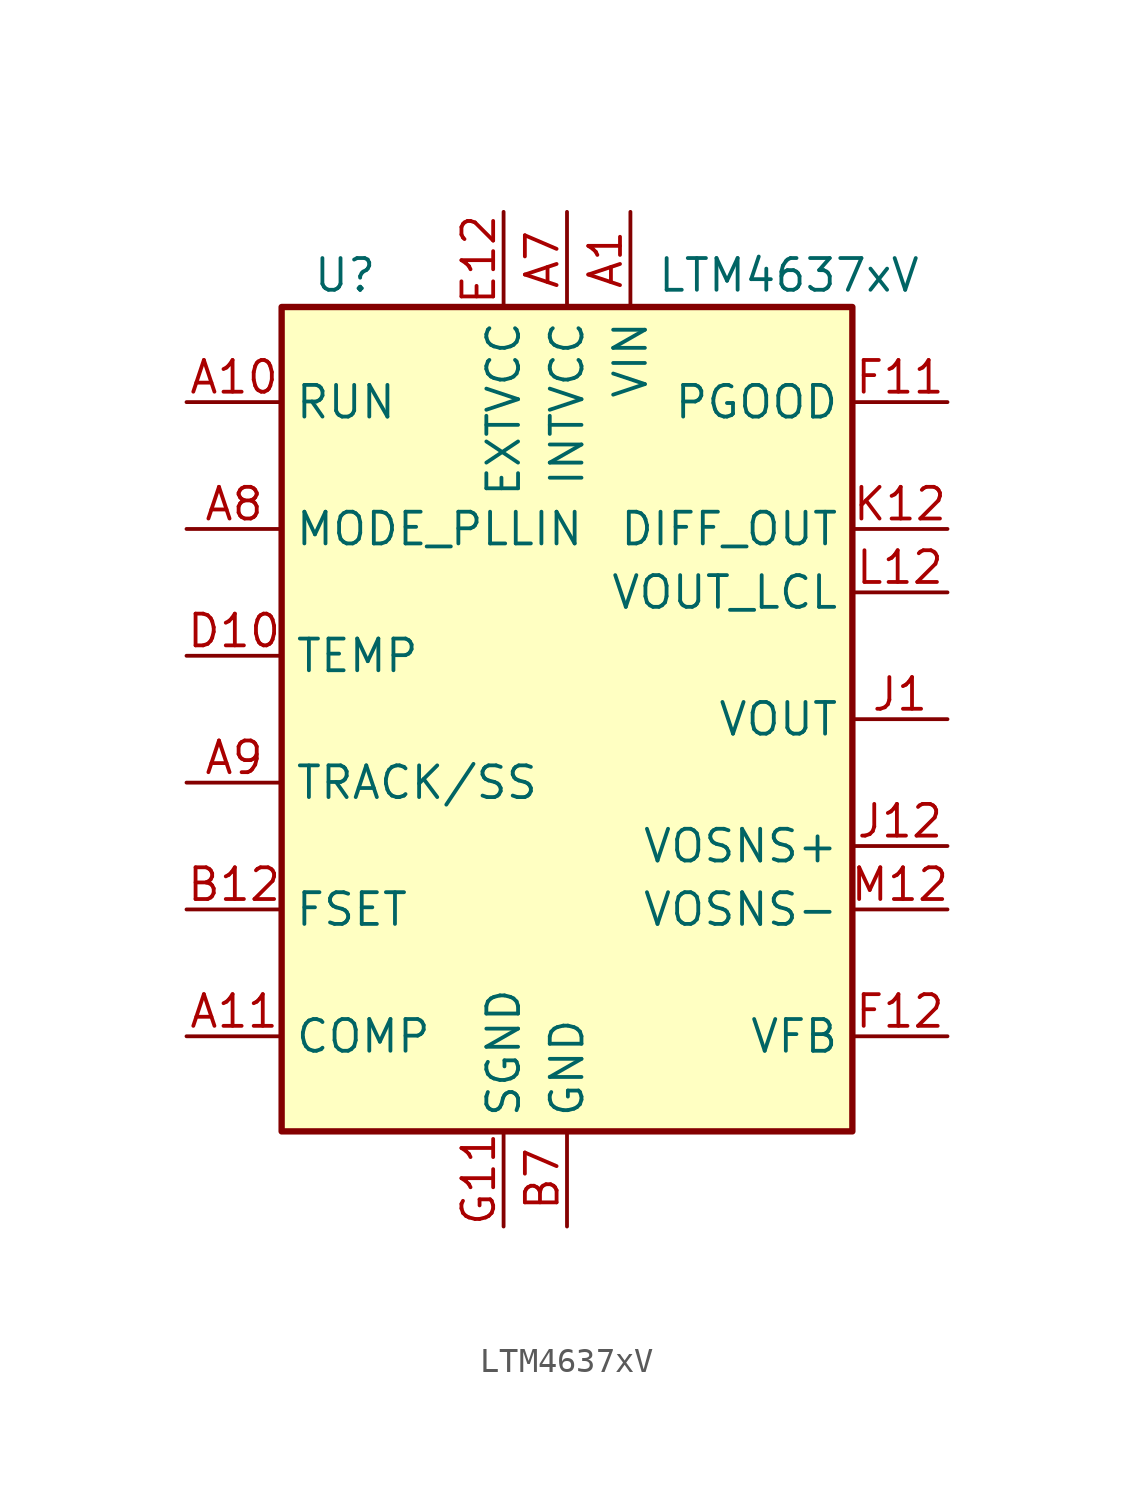
<source format=kicad_sym>
(kicad_symbol_lib
  (version 20201005)
  (generator kicad_symbol_editor)
  (symbol "LTM4637xV"
    (property "Reference" "U"
      (at -8.89 17.78 0)
      (effects (font (size 1.27 1.27))))
    (property "Value" "LTM4637xV"
      (at 8.89 17.78 0)
      (effects (font (size 1.27 1.27))))
    (symbol "LTM4637xV_0_1"
      (rectangle (start 11.43 16.51) (end -11.43 -16.51) (stroke (width 0.254)) (fill (type background))))
    (symbol "LTM4637xV_1_1"
      (pin power_in line (at 2.54 20.32 270) (length 3.81) (name "VIN" (effects (font (size 1.27 1.27)))) (number "A1" (effects (font (size 1.27 1.27)))))
      (pin input line (at -15.24 12.7 0) (length 3.81) (name "RUN" (effects (font (size 1.27 1.27)))) (number "A10" (effects (font (size 1.27 1.27)))))
      (pin passive line (at -15.24 -12.7 0) (length 3.81) (name "COMP" (effects (font (size 1.27 1.27)))) (number "A11" (effects (font (size 1.27 1.27)))))
      (pin no_connect line (at -10.16 -15.24 90) (length 2.54) hide (name "MTP1" (effects (font (size 1.27 1.27)))) (number "A12" (effects (font (size 1.27 1.27)))))
      (pin passive line (at 2.54 20.32 270) (length 3.81) hide (name "VIN" (effects (font (size 1.27 1.27)))) (number "A2" (effects (font (size 1.27 1.27)))))
      (pin passive line (at 2.54 20.32 270) (length 3.81) hide (name "VIN" (effects (font (size 1.27 1.27)))) (number "A3" (effects (font (size 1.27 1.27)))))
      (pin passive line (at 2.54 20.32 270) (length 3.81) hide (name "VIN" (effects (font (size 1.27 1.27)))) (number "A4" (effects (font (size 1.27 1.27)))))
      (pin passive line (at 2.54 20.32 270) (length 3.81) hide (name "VIN" (effects (font (size 1.27 1.27)))) (number "A5" (effects (font (size 1.27 1.27)))))
      (pin passive line (at 2.54 20.32 270) (length 3.81) hide (name "VIN" (effects (font (size 1.27 1.27)))) (number "A6" (effects (font (size 1.27 1.27)))))
      (pin power_out line (at 0 20.32 270) (length 3.81) (name "INTVCC" (effects (font (size 1.27 1.27)))) (number "A7" (effects (font (size 1.27 1.27)))))
      (pin input line (at -15.24 7.62 0) (length 3.81) (name "MODE_PLLIN" (effects (font (size 1.27 1.27)))) (number "A8" (effects (font (size 1.27 1.27)))))
      (pin passive line (at -15.24 -2.54 0) (length 3.81) (name "TRACK/SS" (effects (font (size 1.27 1.27)))) (number "A9" (effects (font (size 1.27 1.27)))))
      (pin passive line (at 2.54 20.32 270) (length 3.81) hide (name "VIN" (effects (font (size 1.27 1.27)))) (number "B1" (effects (font (size 1.27 1.27)))))
      (pin no_connect line (at -7.62 -15.24 90) (length 2.54) hide (name "MTP2" (effects (font (size 1.27 1.27)))) (number "B11" (effects (font (size 1.27 1.27)))))
      (pin passive line (at -15.24 -7.62 0) (length 3.81) (name "FSET" (effects (font (size 1.27 1.27)))) (number "B12" (effects (font (size 1.27 1.27)))))
      (pin passive line (at 2.54 20.32 270) (length 3.81) hide (name "VIN" (effects (font (size 1.27 1.27)))) (number "B2" (effects (font (size 1.27 1.27)))))
      (pin passive line (at 2.54 20.32 270) (length 3.81) hide (name "VIN" (effects (font (size 1.27 1.27)))) (number "B3" (effects (font (size 1.27 1.27)))))
      (pin passive line (at 2.54 20.32 270) (length 3.81) hide (name "VIN" (effects (font (size 1.27 1.27)))) (number "B4" (effects (font (size 1.27 1.27)))))
      (pin passive line (at 2.54 20.32 270) (length 3.81) hide (name "VIN" (effects (font (size 1.27 1.27)))) (number "B5" (effects (font (size 1.27 1.27)))))
      (pin passive line (at 2.54 20.32 270) (length 3.81) hide (name "VIN" (effects (font (size 1.27 1.27)))) (number "B6" (effects (font (size 1.27 1.27)))))
      (pin power_in line (at 0 -20.32 90) (length 3.81) (name "GND" (effects (font (size 1.27 1.27)))) (number "B7" (effects (font (size 1.27 1.27)))))
      (pin passive line (at 0 -20.32 90) (length 3.81) hide (name "GND" (effects (font (size 1.27 1.27)))) (number "B9" (effects (font (size 1.27 1.27)))))
      (pin passive line (at 2.54 20.32 270) (length 3.81) hide (name "VIN" (effects (font (size 1.27 1.27)))) (number "C1" (effects (font (size 1.27 1.27)))))
      (pin no_connect line (at -5.08 -15.24 90) (length 2.54) hide (name "MTP3" (effects (font (size 1.27 1.27)))) (number "C10" (effects (font (size 1.27 1.27)))))
      (pin no_connect line (at 2.54 -15.24 90) (length 2.54) hide (name "MTP4" (effects (font (size 1.27 1.27)))) (number "C11" (effects (font (size 1.27 1.27)))))
      (pin no_connect line (at 5.08 -15.24 90) (length 2.54) hide (name "MTP5" (effects (font (size 1.27 1.27)))) (number "C12" (effects (font (size 1.27 1.27)))))
      (pin passive line (at 2.54 20.32 270) (length 3.81) hide (name "VIN" (effects (font (size 1.27 1.27)))) (number "C2" (effects (font (size 1.27 1.27)))))
      (pin passive line (at 2.54 20.32 270) (length 3.81) hide (name "VIN" (effects (font (size 1.27 1.27)))) (number "C3" (effects (font (size 1.27 1.27)))))
      (pin passive line (at 2.54 20.32 270) (length 3.81) hide (name "VIN" (effects (font (size 1.27 1.27)))) (number "C4" (effects (font (size 1.27 1.27)))))
      (pin passive line (at 2.54 20.32 270) (length 3.81) hide (name "VIN" (effects (font (size 1.27 1.27)))) (number "C5" (effects (font (size 1.27 1.27)))))
      (pin passive line (at 2.54 20.32 270) (length 3.81) hide (name "VIN" (effects (font (size 1.27 1.27)))) (number "C6" (effects (font (size 1.27 1.27)))))
      (pin passive line (at 0 -20.32 90) (length 3.81) hide (name "GND" (effects (font (size 1.27 1.27)))) (number "C7" (effects (font (size 1.27 1.27)))))
      (pin passive line (at 0 -20.32 90) (length 3.81) hide (name "GND" (effects (font (size 1.27 1.27)))) (number "C9" (effects (font (size 1.27 1.27)))))
      (pin passive line (at 0 -20.32 90) (length 3.81) hide (name "GND" (effects (font (size 1.27 1.27)))) (number "D1" (effects (font (size 1.27 1.27)))))
      (pin passive line (at -15.24 2.54 0) (length 3.81) (name "TEMP" (effects (font (size 1.27 1.27)))) (number "D10" (effects (font (size 1.27 1.27)))))
      (pin no_connect line (at 7.62 -15.24 90) (length 2.54) hide (name "MTP6" (effects (font (size 1.27 1.27)))) (number "D11" (effects (font (size 1.27 1.27)))))
      (pin no_connect line (at 10.16 -15.24 90) (length 2.54) hide (name "MTP7" (effects (font (size 1.27 1.27)))) (number "D12" (effects (font (size 1.27 1.27)))))
      (pin passive line (at 0 -20.32 90) (length 3.81) hide (name "GND" (effects (font (size 1.27 1.27)))) (number "D2" (effects (font (size 1.27 1.27)))))
      (pin passive line (at 0 -20.32 90) (length 3.81) hide (name "GND" (effects (font (size 1.27 1.27)))) (number "D3" (effects (font (size 1.27 1.27)))))
      (pin passive line (at 0 -20.32 90) (length 3.81) hide (name "GND" (effects (font (size 1.27 1.27)))) (number "D4" (effects (font (size 1.27 1.27)))))
      (pin passive line (at 0 -20.32 90) (length 3.81) hide (name "GND" (effects (font (size 1.27 1.27)))) (number "D5" (effects (font (size 1.27 1.27)))))
      (pin passive line (at 0 -20.32 90) (length 3.81) hide (name "GND" (effects (font (size 1.27 1.27)))) (number "D6" (effects (font (size 1.27 1.27)))))
      (pin passive line (at 0 -20.32 90) (length 3.81) hide (name "GND" (effects (font (size 1.27 1.27)))) (number "D8" (effects (font (size 1.27 1.27)))))
      (pin passive line (at 0 20.32 270) (length 3.81) hide (name "INTVCC" (effects (font (size 1.27 1.27)))) (number "D9" (effects (font (size 1.27 1.27)))))
      (pin passive line (at 0 -20.32 90) (length 3.81) hide (name "GND" (effects (font (size 1.27 1.27)))) (number "E1" (effects (font (size 1.27 1.27)))))
      (pin power_in line (at -2.54 20.32 270) (length 3.81) (name "EXTVCC" (effects (font (size 1.27 1.27)))) (number "E12" (effects (font (size 1.27 1.27)))))
      (pin passive line (at 0 -20.32 90) (length 3.81) hide (name "GND" (effects (font (size 1.27 1.27)))) (number "E2" (effects (font (size 1.27 1.27)))))
      (pin passive line (at 0 -20.32 90) (length 3.81) hide (name "GND" (effects (font (size 1.27 1.27)))) (number "E3" (effects (font (size 1.27 1.27)))))
      (pin passive line (at 0 -20.32 90) (length 3.81) hide (name "GND" (effects (font (size 1.27 1.27)))) (number "E4" (effects (font (size 1.27 1.27)))))
      (pin passive line (at 0 -20.32 90) (length 3.81) hide (name "GND" (effects (font (size 1.27 1.27)))) (number "E5" (effects (font (size 1.27 1.27)))))
      (pin passive line (at 0 -20.32 90) (length 3.81) hide (name "GND" (effects (font (size 1.27 1.27)))) (number "E6" (effects (font (size 1.27 1.27)))))
      (pin passive line (at 0 -20.32 90) (length 3.81) hide (name "GND" (effects (font (size 1.27 1.27)))) (number "E7" (effects (font (size 1.27 1.27)))))
      (pin passive line (at 0 -20.32 90) (length 3.81) hide (name "GND" (effects (font (size 1.27 1.27)))) (number "E9" (effects (font (size 1.27 1.27)))))
      (pin passive line (at 0 -20.32 90) (length 3.81) hide (name "GND" (effects (font (size 1.27 1.27)))) (number "F1" (effects (font (size 1.27 1.27)))))
      (pin open_collector line (at 15.24 12.7 180) (length 3.81) (name "PGOOD" (effects (font (size 1.27 1.27)))) (number "F11" (effects (font (size 1.27 1.27)))))
      (pin input line (at 15.24 -12.7 180) (length 3.81) (name "VFB" (effects (font (size 1.27 1.27)))) (number "F12" (effects (font (size 1.27 1.27)))))
      (pin passive line (at 0 -20.32 90) (length 3.81) hide (name "GND" (effects (font (size 1.27 1.27)))) (number "F2" (effects (font (size 1.27 1.27)))))
      (pin passive line (at 0 -20.32 90) (length 3.81) hide (name "GND" (effects (font (size 1.27 1.27)))) (number "F3" (effects (font (size 1.27 1.27)))))
      (pin passive line (at 0 -20.32 90) (length 3.81) hide (name "GND" (effects (font (size 1.27 1.27)))) (number "F4" (effects (font (size 1.27 1.27)))))
      (pin passive line (at 0 -20.32 90) (length 3.81) hide (name "GND" (effects (font (size 1.27 1.27)))) (number "F5" (effects (font (size 1.27 1.27)))))
      (pin passive line (at 0 -20.32 90) (length 3.81) hide (name "GND" (effects (font (size 1.27 1.27)))) (number "F6" (effects (font (size 1.27 1.27)))))
      (pin passive line (at 0 -20.32 90) (length 3.81) hide (name "GND" (effects (font (size 1.27 1.27)))) (number "F7" (effects (font (size 1.27 1.27)))))
      (pin passive line (at 0 -20.32 90) (length 3.81) hide (name "GND" (effects (font (size 1.27 1.27)))) (number "F8" (effects (font (size 1.27 1.27)))))
      (pin passive line (at 0 -20.32 90) (length 3.81) hide (name "GND" (effects (font (size 1.27 1.27)))) (number "F9" (effects (font (size 1.27 1.27)))))
      (pin passive line (at 0 -20.32 90) (length 3.81) hide (name "GND" (effects (font (size 1.27 1.27)))) (number "G1" (effects (font (size 1.27 1.27)))))
      (pin power_in line (at -2.54 -20.32 90) (length 3.81) (name "SGND" (effects (font (size 1.27 1.27)))) (number "G11" (effects (font (size 1.27 1.27)))))
      (pin open_collector line (at 15.24 12.7 180) (length 3.81) hide (name "PGOOD" (effects (font (size 1.27 1.27)))) (number "G12" (effects (font (size 1.27 1.27)))))
      (pin passive line (at 0 -20.32 90) (length 3.81) hide (name "GND" (effects (font (size 1.27 1.27)))) (number "G2" (effects (font (size 1.27 1.27)))))
      (pin passive line (at 0 -20.32 90) (length 3.81) hide (name "GND" (effects (font (size 1.27 1.27)))) (number "G3" (effects (font (size 1.27 1.27)))))
      (pin passive line (at 0 -20.32 90) (length 3.81) hide (name "GND" (effects (font (size 1.27 1.27)))) (number "G4" (effects (font (size 1.27 1.27)))))
      (pin passive line (at 0 -20.32 90) (length 3.81) hide (name "GND" (effects (font (size 1.27 1.27)))) (number "G5" (effects (font (size 1.27 1.27)))))
      (pin passive line (at 0 -20.32 90) (length 3.81) hide (name "GND" (effects (font (size 1.27 1.27)))) (number "G6" (effects (font (size 1.27 1.27)))))
      (pin passive line (at 0 -20.32 90) (length 3.81) hide (name "GND" (effects (font (size 1.27 1.27)))) (number "G7" (effects (font (size 1.27 1.27)))))
      (pin passive line (at 0 -20.32 90) (length 3.81) hide (name "GND" (effects (font (size 1.27 1.27)))) (number "G8" (effects (font (size 1.27 1.27)))))
      (pin passive line (at 0 -20.32 90) (length 3.81) hide (name "GND" (effects (font (size 1.27 1.27)))) (number "G9" (effects (font (size 1.27 1.27)))))
      (pin passive line (at 0 -20.32 90) (length 3.81) hide (name "GND" (effects (font (size 1.27 1.27)))) (number "H1" (effects (font (size 1.27 1.27)))))
      (pin passive line (at -2.54 -20.32 90) (length 3.81) hide (name "SGND" (effects (font (size 1.27 1.27)))) (number "H11" (effects (font (size 1.27 1.27)))))
      (pin passive line (at -2.54 -20.32 90) (length 3.81) hide (name "SGND" (effects (font (size 1.27 1.27)))) (number "H12" (effects (font (size 1.27 1.27)))))
      (pin passive line (at 0 -20.32 90) (length 3.81) hide (name "GND" (effects (font (size 1.27 1.27)))) (number "H2" (effects (font (size 1.27 1.27)))))
      (pin passive line (at 0 -20.32 90) (length 3.81) hide (name "GND" (effects (font (size 1.27 1.27)))) (number "H3" (effects (font (size 1.27 1.27)))))
      (pin passive line (at 0 -20.32 90) (length 3.81) hide (name "GND" (effects (font (size 1.27 1.27)))) (number "H4" (effects (font (size 1.27 1.27)))))
      (pin passive line (at 0 -20.32 90) (length 3.81) hide (name "GND" (effects (font (size 1.27 1.27)))) (number "H5" (effects (font (size 1.27 1.27)))))
      (pin passive line (at 0 -20.32 90) (length 3.81) hide (name "GND" (effects (font (size 1.27 1.27)))) (number "H6" (effects (font (size 1.27 1.27)))))
      (pin passive line (at 0 -20.32 90) (length 3.81) hide (name "GND" (effects (font (size 1.27 1.27)))) (number "H7" (effects (font (size 1.27 1.27)))))
      (pin passive line (at 0 -20.32 90) (length 3.81) hide (name "GND" (effects (font (size 1.27 1.27)))) (number "H8" (effects (font (size 1.27 1.27)))))
      (pin passive line (at 0 -20.32 90) (length 3.81) hide (name "GND" (effects (font (size 1.27 1.27)))) (number "H9" (effects (font (size 1.27 1.27)))))
      (pin power_out line (at 15.24 0 180) (length 3.81) (name "VOUT" (effects (font (size 1.27 1.27)))) (number "J1" (effects (font (size 1.27 1.27)))))
      (pin passive line (at 15.24 0 180) (length 3.81) hide (name "VOUT" (effects (font (size 1.27 1.27)))) (number "J10" (effects (font (size 1.27 1.27)))))
      (pin input line (at 15.24 -5.08 180) (length 3.81) (name "VOSNS+" (effects (font (size 1.27 1.27)))) (number "J12" (effects (font (size 1.27 1.27)))))
      (pin passive line (at 15.24 0 180) (length 3.81) hide (name "VOUT" (effects (font (size 1.27 1.27)))) (number "J2" (effects (font (size 1.27 1.27)))))
      (pin passive line (at 15.24 0 180) (length 3.81) hide (name "VOUT" (effects (font (size 1.27 1.27)))) (number "J3" (effects (font (size 1.27 1.27)))))
      (pin passive line (at 15.24 0 180) (length 3.81) hide (name "VOUT" (effects (font (size 1.27 1.27)))) (number "J4" (effects (font (size 1.27 1.27)))))
      (pin passive line (at 15.24 0 180) (length 3.81) hide (name "VOUT" (effects (font (size 1.27 1.27)))) (number "J5" (effects (font (size 1.27 1.27)))))
      (pin passive line (at 15.24 0 180) (length 3.81) hide (name "VOUT" (effects (font (size 1.27 1.27)))) (number "J6" (effects (font (size 1.27 1.27)))))
      (pin passive line (at 15.24 0 180) (length 3.81) hide (name "VOUT" (effects (font (size 1.27 1.27)))) (number "J7" (effects (font (size 1.27 1.27)))))
      (pin passive line (at 15.24 0 180) (length 3.81) hide (name "VOUT" (effects (font (size 1.27 1.27)))) (number "J8" (effects (font (size 1.27 1.27)))))
      (pin passive line (at 15.24 0 180) (length 3.81) hide (name "VOUT" (effects (font (size 1.27 1.27)))) (number "J9" (effects (font (size 1.27 1.27)))))
      (pin passive line (at 15.24 0 180) (length 3.81) hide (name "VOUT" (effects (font (size 1.27 1.27)))) (number "K1" (effects (font (size 1.27 1.27)))))
      (pin passive line (at 15.24 0 180) (length 3.81) hide (name "VOUT" (effects (font (size 1.27 1.27)))) (number "K10" (effects (font (size 1.27 1.27)))))
      (pin passive line (at 15.24 0 180) (length 3.81) hide (name "VOUT" (effects (font (size 1.27 1.27)))) (number "K11" (effects (font (size 1.27 1.27)))))
      (pin output line (at 15.24 7.62 180) (length 3.81) (name "DIFF_OUT" (effects (font (size 1.27 1.27)))) (number "K12" (effects (font (size 1.27 1.27)))))
      (pin passive line (at 15.24 0 180) (length 3.81) hide (name "VOUT" (effects (font (size 1.27 1.27)))) (number "K2" (effects (font (size 1.27 1.27)))))
      (pin passive line (at 15.24 0 180) (length 3.81) hide (name "VOUT" (effects (font (size 1.27 1.27)))) (number "K3" (effects (font (size 1.27 1.27)))))
      (pin passive line (at 15.24 0 180) (length 3.81) hide (name "VOUT" (effects (font (size 1.27 1.27)))) (number "K4" (effects (font (size 1.27 1.27)))))
      (pin passive line (at 15.24 0 180) (length 3.81) hide (name "VOUT" (effects (font (size 1.27 1.27)))) (number "K5" (effects (font (size 1.27 1.27)))))
      (pin passive line (at 15.24 0 180) (length 3.81) hide (name "VOUT" (effects (font (size 1.27 1.27)))) (number "K6" (effects (font (size 1.27 1.27)))))
      (pin passive line (at 15.24 0 180) (length 3.81) hide (name "VOUT" (effects (font (size 1.27 1.27)))) (number "K7" (effects (font (size 1.27 1.27)))))
      (pin passive line (at 15.24 0 180) (length 3.81) hide (name "VOUT" (effects (font (size 1.27 1.27)))) (number "K8" (effects (font (size 1.27 1.27)))))
      (pin passive line (at 15.24 0 180) (length 3.81) hide (name "VOUT" (effects (font (size 1.27 1.27)))) (number "K9" (effects (font (size 1.27 1.27)))))
      (pin passive line (at 15.24 0 180) (length 3.81) hide (name "VOUT" (effects (font (size 1.27 1.27)))) (number "L1" (effects (font (size 1.27 1.27)))))
      (pin passive line (at 15.24 0 180) (length 3.81) hide (name "VOUT" (effects (font (size 1.27 1.27)))) (number "L10" (effects (font (size 1.27 1.27)))))
      (pin passive line (at 15.24 0 180) (length 3.81) hide (name "VOUT" (effects (font (size 1.27 1.27)))) (number "L11" (effects (font (size 1.27 1.27)))))
      (pin input line (at 15.24 5.08 180) (length 3.81) (name "VOUT_LCL" (effects (font (size 1.27 1.27)))) (number "L12" (effects (font (size 1.27 1.27)))))
      (pin passive line (at 15.24 0 180) (length 3.81) hide (name "VOUT" (effects (font (size 1.27 1.27)))) (number "L2" (effects (font (size 1.27 1.27)))))
      (pin passive line (at 15.24 0 180) (length 3.81) hide (name "VOUT" (effects (font (size 1.27 1.27)))) (number "L3" (effects (font (size 1.27 1.27)))))
      (pin passive line (at 15.24 0 180) (length 3.81) hide (name "VOUT" (effects (font (size 1.27 1.27)))) (number "L4" (effects (font (size 1.27 1.27)))))
      (pin passive line (at 15.24 0 180) (length 3.81) hide (name "VOUT" (effects (font (size 1.27 1.27)))) (number "L5" (effects (font (size 1.27 1.27)))))
      (pin passive line (at 15.24 0 180) (length 3.81) hide (name "VOUT" (effects (font (size 1.27 1.27)))) (number "L6" (effects (font (size 1.27 1.27)))))
      (pin passive line (at 15.24 0 180) (length 3.81) hide (name "VOUT" (effects (font (size 1.27 1.27)))) (number "L7" (effects (font (size 1.27 1.27)))))
      (pin passive line (at 15.24 0 180) (length 3.81) hide (name "VOUT" (effects (font (size 1.27 1.27)))) (number "L8" (effects (font (size 1.27 1.27)))))
      (pin passive line (at 15.24 0 180) (length 3.81) hide (name "VOUT" (effects (font (size 1.27 1.27)))) (number "L9" (effects (font (size 1.27 1.27)))))
      (pin passive line (at 15.24 0 180) (length 3.81) hide (name "VOUT" (effects (font (size 1.27 1.27)))) (number "M1" (effects (font (size 1.27 1.27)))))
      (pin passive line (at 15.24 0 180) (length 3.81) hide (name "VOUT" (effects (font (size 1.27 1.27)))) (number "M10" (effects (font (size 1.27 1.27)))))
      (pin passive line (at 15.24 0 180) (length 3.81) hide (name "VOUT" (effects (font (size 1.27 1.27)))) (number "M11" (effects (font (size 1.27 1.27)))))
      (pin input line (at 15.24 -7.62 180) (length 3.81) (name "VOSNS-" (effects (font (size 1.27 1.27)))) (number "M12" (effects (font (size 1.27 1.27)))))
      (pin passive line (at 15.24 0 180) (length 3.81) hide (name "VOUT" (effects (font (size 1.27 1.27)))) (number "M2" (effects (font (size 1.27 1.27)))))
      (pin passive line (at 15.24 0 180) (length 3.81) hide (name "VOUT" (effects (font (size 1.27 1.27)))) (number "M3" (effects (font (size 1.27 1.27)))))
      (pin passive line (at 15.24 0 180) (length 3.81) hide (name "VOUT" (effects (font (size 1.27 1.27)))) (number "M4" (effects (font (size 1.27 1.27)))))
      (pin passive line (at 15.24 0 180) (length 3.81) hide (name "VOUT" (effects (font (size 1.27 1.27)))) (number "M5" (effects (font (size 1.27 1.27)))))
      (pin passive line (at 15.24 0 180) (length 3.81) hide (name "VOUT" (effects (font (size 1.27 1.27)))) (number "M6" (effects (font (size 1.27 1.27)))))
      (pin passive line (at 15.24 0 180) (length 3.81) hide (name "VOUT" (effects (font (size 1.27 1.27)))) (number "M7" (effects (font (size 1.27 1.27)))))
      (pin passive line (at 15.24 0 180) (length 3.81) hide (name "VOUT" (effects (font (size 1.27 1.27)))) (number "M8" (effects (font (size 1.27 1.27)))))
      (pin passive line (at 15.24 0 180) (length 3.81) hide (name "VOUT" (effects (font (size 1.27 1.27)))) (number "M9" (effects (font (size 1.27 1.27))))))))
</source>
